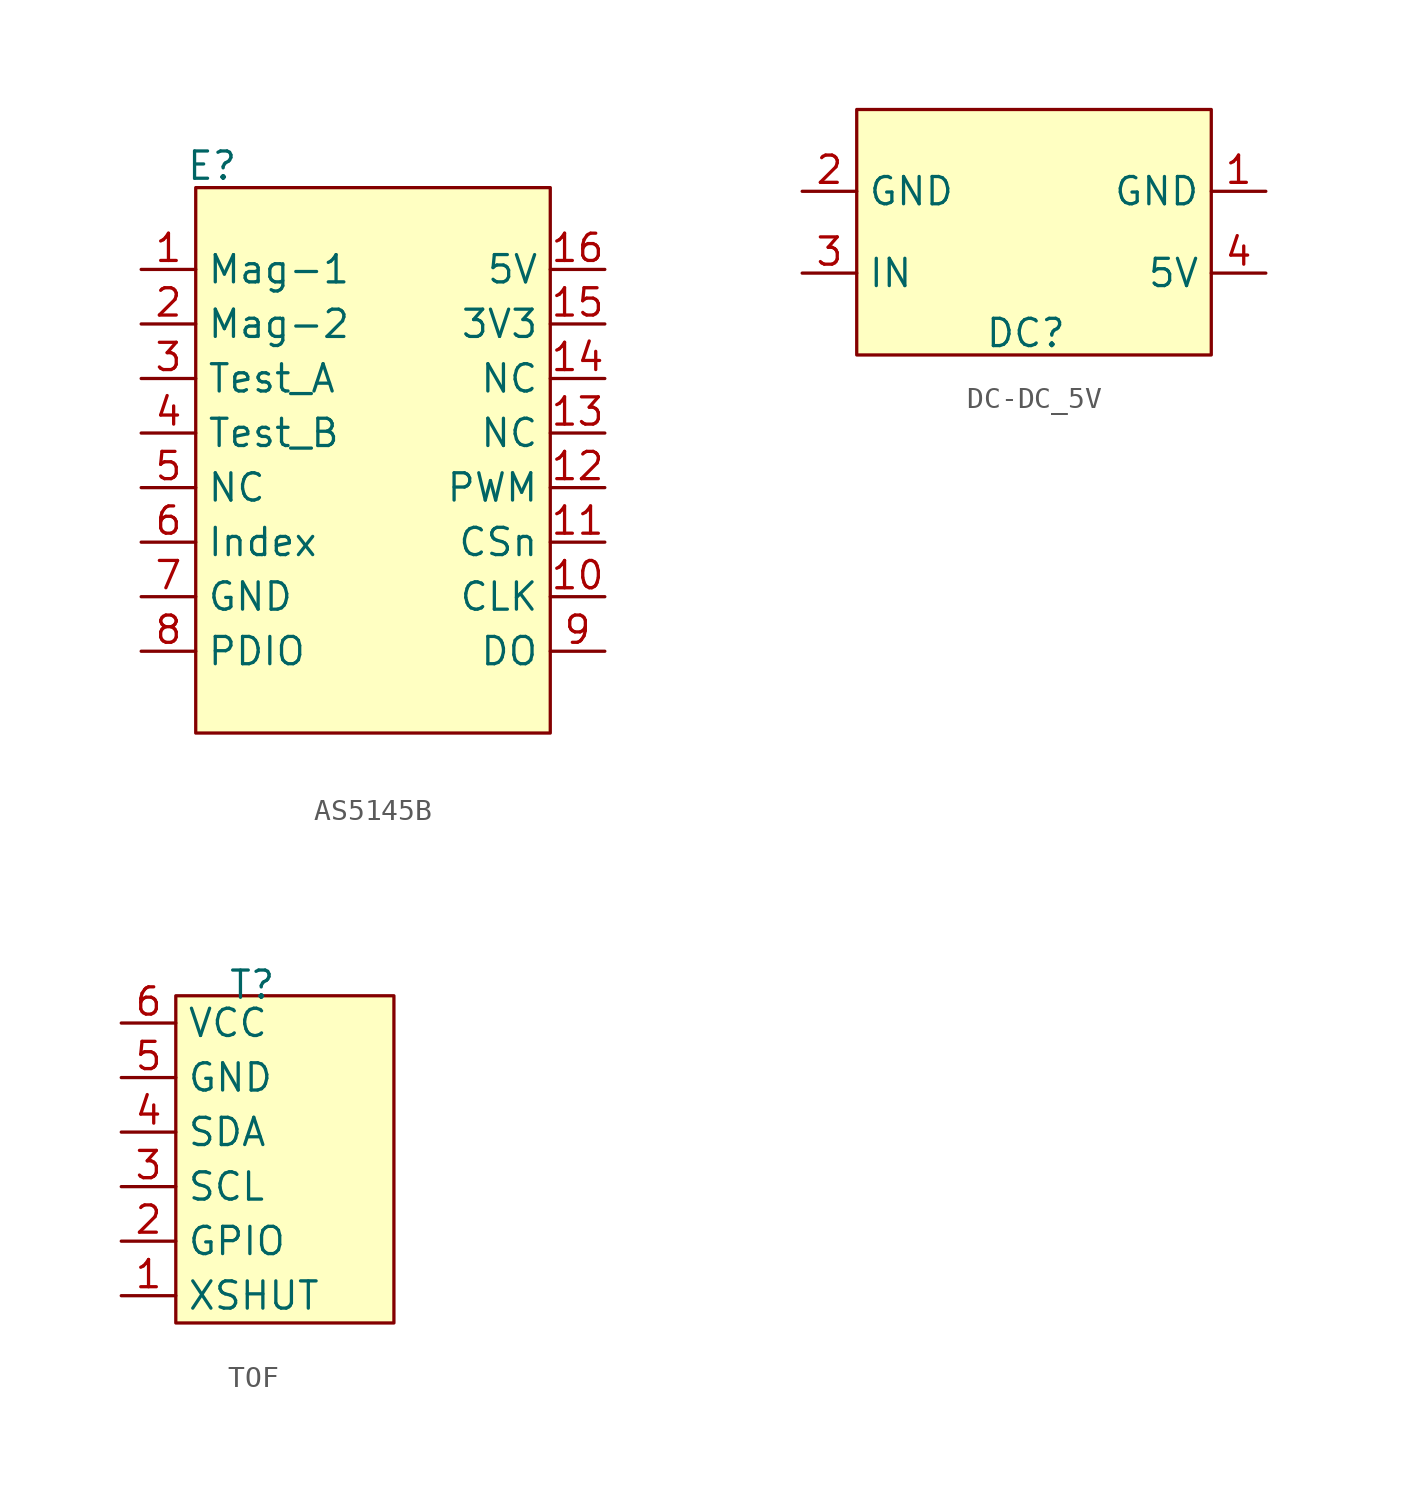
<source format=kicad_sym>
(kicad_symbol_lib
  (version 20231120)
  (generator "kicad_symbol_editor")
  (generator_version "8.0")
  (symbol "AS5145B"
    (property "Reference" "E"
      (at -8.128 11.176 0)
      (effects (font (size 1.27 1.27))))
    (property "Value" ""
      (at -11.43 6.35 0)
      (effects (font (size 1.27 1.27))))
    (symbol "AS5145B_0_0"
      (pin unspecified line (at -11.43 6.35 0) (length 2.54) (name "Mag-1" (effects (font (size 1.27 1.27)))) (number "1" (effects (font (size 1.27 1.27)))))
      (pin unspecified line (at 10.16 -8.89 180) (length 2.54) (name "CLK" (effects (font (size 1.27 1.27)))) (number "10" (effects (font (size 1.27 1.27)))))
      (pin unspecified line (at 10.16 -6.35 180) (length 2.54) (name "CSn" (effects (font (size 1.27 1.27)))) (number "11" (effects (font (size 1.27 1.27)))))
      (pin unspecified line (at 10.16 -3.81 180) (length 2.54) (name "PWM" (effects (font (size 1.27 1.27)))) (number "12" (effects (font (size 1.27 1.27)))))
      (pin unspecified line (at 10.16 -1.27 180) (length 2.54) (name "NC" (effects (font (size 1.27 1.27)))) (number "13" (effects (font (size 1.27 1.27)))))
      (pin unspecified line (at 10.16 1.27 180) (length 2.54) (name "NC" (effects (font (size 1.27 1.27)))) (number "14" (effects (font (size 1.27 1.27)))))
      (pin unspecified line (at 10.16 3.81 180) (length 2.54) (name "3V3" (effects (font (size 1.27 1.27)))) (number "15" (effects (font (size 1.27 1.27)))))
      (pin unspecified line (at 10.16 6.35 180) (length 2.54) (name "5V" (effects (font (size 1.27 1.27)))) (number "16" (effects (font (size 1.27 1.27)))))
      (pin unspecified line (at -11.43 3.81 0) (length 2.54) (name "Mag-2" (effects (font (size 1.27 1.27)))) (number "2" (effects (font (size 1.27 1.27)))))
      (pin unspecified line (at -11.43 1.27 0) (length 2.54) (name "Test_A" (effects (font (size 1.27 1.27)))) (number "3" (effects (font (size 1.27 1.27)))))
      (pin unspecified line (at -11.43 -1.27 0) (length 2.54) (name "Test_B" (effects (font (size 1.27 1.27)))) (number "4" (effects (font (size 1.27 1.27)))))
      (pin unspecified line (at -11.43 -3.81 0) (length 2.54) (name "NC" (effects (font (size 1.27 1.27)))) (number "5" (effects (font (size 1.27 1.27)))))
      (pin unspecified line (at -11.43 -6.35 0) (length 2.54) (name "Index" (effects (font (size 1.27 1.27)))) (number "6" (effects (font (size 1.27 1.27)))))
      (pin unspecified line (at -11.43 -8.89 0) (length 2.54) (name "GND" (effects (font (size 1.27 1.27)))) (number "7" (effects (font (size 1.27 1.27)))))
      (pin unspecified line (at -11.43 -11.43 0) (length 2.54) (name "PDIO" (effects (font (size 1.27 1.27)))) (number "8" (effects (font (size 1.27 1.27)))))
      (pin unspecified line (at 10.16 -11.43 180) (length 2.54) (name "DO" (effects (font (size 1.27 1.27)))) (number "9" (effects (font (size 1.27 1.27))))))
    (symbol "AS5145B_1_1"
      (rectangle (start -8.89 10.16) (end 7.62 -15.24) (stroke (width 0) (type default)) (fill (type background)))))
  (symbol "DC-DC_5V"
    (property "Reference" "DC"
      (at 0.254 -2.794 0)
      (effects (font (size 1.27 1.27))))
    (property "Value" ""
      (at -10.16 6.35 0)
      (effects (font (size 1.27 1.27))))
    (symbol "DC-DC_5V_0_0"
      (pin unspecified line (at 11.43 3.81 180) (length 2.54) (name "GND" (effects (font (size 1.27 1.27)))) (number "1" (effects (font (size 1.27 1.27)))))
      (pin unspecified line (at -10.16 3.81 0) (length 2.54) (name "GND" (effects (font (size 1.27 1.27)))) (number "2" (effects (font (size 1.27 1.27)))))
      (pin unspecified line (at -10.16 0 0) (length 2.54) (name "IN" (effects (font (size 1.27 1.27)))) (number "3" (effects (font (size 1.27 1.27)))))
      (pin unspecified line (at 11.43 0 180) (length 2.54) (name "5V" (effects (font (size 1.27 1.27)))) (number "4" (effects (font (size 1.27 1.27))))))
    (symbol "DC-DC_5V_1_1"
      (rectangle (start -7.62 7.62) (end 8.89 -3.81) (stroke (width 0) (type default)) (fill (type background)))))
  (symbol "TOF"
    (property "Reference" "T"
      (at -1.524 8.128 0)
      (effects (font (size 1.27 1.27))))
    (property "Value" ""
      (at 0 3.81 0)
      (effects (font (size 1.27 1.27))))
    (symbol "TOF_1_1"
      (rectangle (start -5.08 7.62) (end 5.08 -7.62) (stroke (width 0) (type default)) (fill (type background)))
      (pin input line (at -7.62 -6.35 0) (length 2.54) (name "XSHUT" (effects (font (size 1.27 1.27)))) (number "1" (effects (font (size 1.27 1.27)))))
      (pin input line (at -7.62 -3.81 0) (length 2.54) (name "GPIO" (effects (font (size 1.27 1.27)))) (number "2" (effects (font (size 1.27 1.27)))))
      (pin input line (at -7.62 -1.27 0) (length 2.54) (name "SCL" (effects (font (size 1.27 1.27)))) (number "3" (effects (font (size 1.27 1.27)))))
      (pin input line (at -7.62 1.27 0) (length 2.54) (name "SDA" (effects (font (size 1.27 1.27)))) (number "4" (effects (font (size 1.27 1.27)))))
      (pin input line (at -7.62 3.81 0) (length 2.54) (name "GND" (effects (font (size 1.27 1.27)))) (number "5" (effects (font (size 1.27 1.27)))))
      (pin input line (at -7.62 6.35 0) (length 2.54) (name "VCC" (effects (font (size 1.27 1.27)))) (number "6" (effects (font (size 1.27 1.27))))))))
</source>
